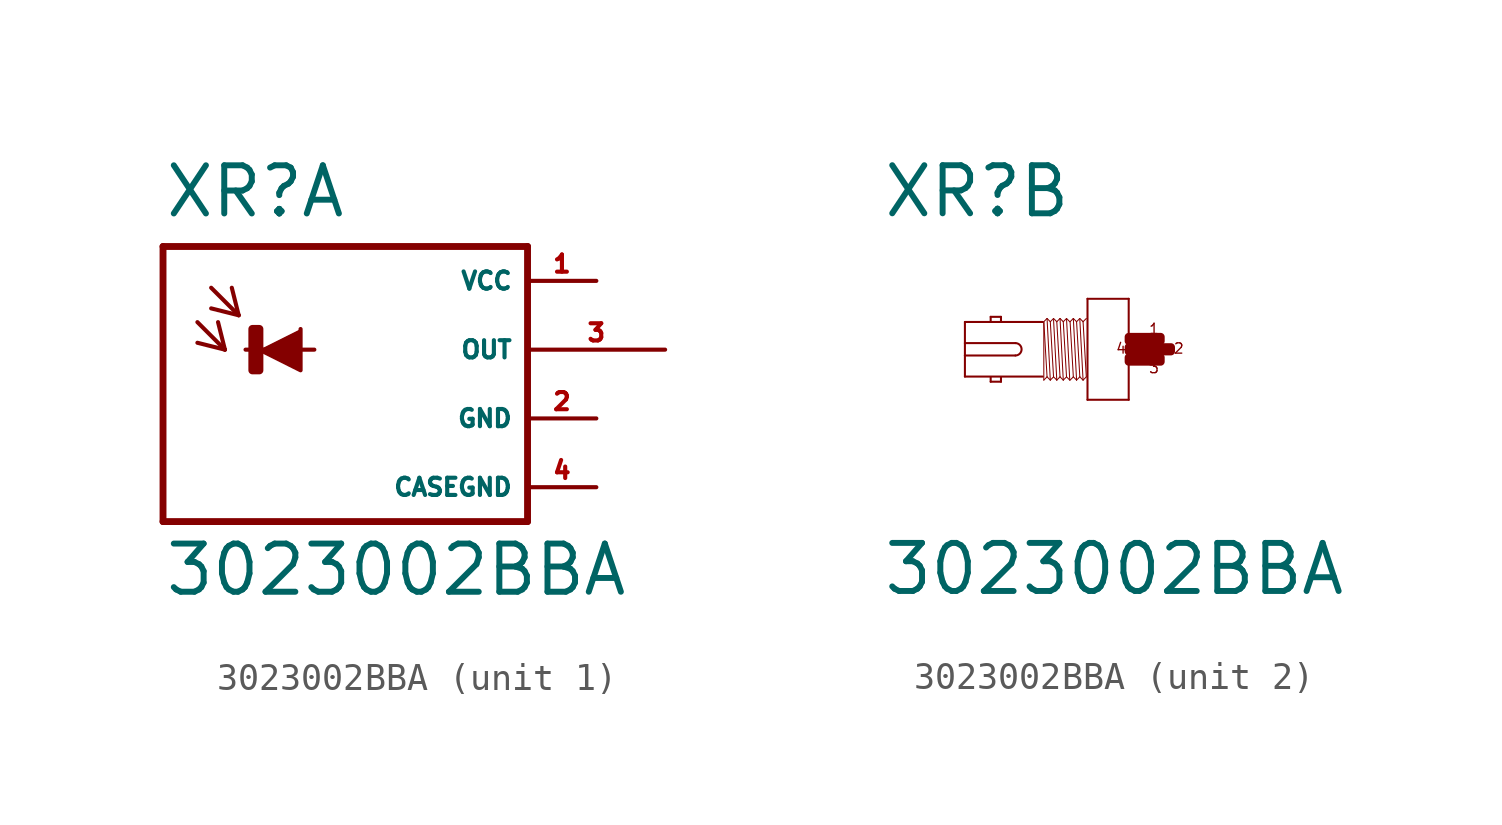
<source format=kicad_sym>
(kicad_symbol_lib
  (version 20220914)
  (generator Eagle2Kicad)
  (symbol "3023002BBA"
    (property "Reference" "XR"
      (at -8.382 4.801 0)
      (effects (font (size 1.778 1.778) (thickness 0.22)) (justify left bottom)))
    (property "Value" "3023002BBA"
      (at -8.382 -9.169 0)
      (effects (font (size 1.778 1.778) (thickness 0.22)) (justify left bottom)))
    (symbol "3023002BBA_1_0"
      (polyline (pts (xy -4.826 0) (xy -3.302 -0.762) (xy -3.302 0.762)) (stroke (width 0.152) (type default)) (fill (type outline)))
      (polyline (pts (xy -7.112 1.016) (xy -6.096 0)) (stroke (width 0.152) (type default)) (fill (type none)))
      (polyline (pts (xy -6.096 0) (xy -6.35 1.016)) (stroke (width 0.152) (type default)) (fill (type none)))
      (polyline (pts (xy -6.096 0) (xy -7.112 0.254)) (stroke (width 0.152) (type default)) (fill (type none)))
      (polyline (pts (xy -6.604 2.286) (xy -5.588 1.27)) (stroke (width 0.152) (type default)) (fill (type none)))
      (polyline (pts (xy -5.588 1.27) (xy -5.842 2.286)) (stroke (width 0.152) (type default)) (fill (type none)))
      (polyline (pts (xy -5.588 1.27) (xy -6.604 1.524)) (stroke (width 0.152) (type default)) (fill (type none)))
      (polyline (pts (xy 5.08 3.81) (xy 5.08 -6.35)) (stroke (width 0.254) (type default)) (fill (type none)))
      (polyline (pts (xy 5.08 -6.35) (xy -8.382 -6.35)) (stroke (width 0.254) (type default)) (fill (type none)))
      (polyline (pts (xy -8.382 -6.35) (xy -8.382 3.81)) (stroke (width 0.254) (type default)) (fill (type none)))
      (polyline (pts (xy -8.382 3.81) (xy 5.08 3.81)) (stroke (width 0.254) (type default)) (fill (type none)))
      (polyline (pts (xy -5.334 0) (xy -2.794 0)) (stroke (width 0.152) (type default)) (fill (type none)))
      (rectangle (start -5.08 -0.762) (end -4.826 0.762) (stroke (width 0.3) (type default)) (fill (type outline)))
      (pin unspecified line (at 7.62 2.54 180) (length 2.54) (name "VCC" (effects (font (size 0.635 0.635) (thickness 0.08)) (justify left bottom))) (number "1" (effects (font (size 0.635 0.635) (thickness 0.08)) (justify left bottom))))
      (pin unspecified line (at 7.62 -2.54 180) (length 2.54) (name "GND" (effects (font (size 0.635 0.635) (thickness 0.08)) (justify left bottom))) (number "2" (effects (font (size 0.635 0.635) (thickness 0.08)) (justify left bottom))))
      (pin output line (at 10.16 0 180) (length 5.08) (name "OUT" (effects (font (size 0.635 0.635) (thickness 0.08)) (justify left bottom))) (number "3" (effects (font (size 0.635 0.635) (thickness 0.08)) (justify left bottom))))
      (pin unspecified line (at 7.62 -5.08 180) (length 2.54) (name "CASEGND" (effects (font (size 0.635 0.635) (thickness 0.08)) (justify left bottom))) (number "4" (effects (font (size 0.635 0.635) (thickness 0.08)) (justify left bottom)))))
    (symbol "3023002BBA_2_0"
      (polyline (pts (xy 0.762 1.867) (xy 0.762 -1.867)) (stroke (width 0.076) (type default)) (fill (type none)))
      (polyline (pts (xy 0.762 -1.867) (xy -0.762 -1.867)) (stroke (width 0.076) (type default)) (fill (type none)))
      (polyline (pts (xy -0.762 -1.867) (xy -0.762 1.867)) (stroke (width 0.076) (type default)) (fill (type none)))
      (polyline (pts (xy -0.762 1.867) (xy 0.762 1.867)) (stroke (width 0.076) (type default)) (fill (type none)))
      (polyline (pts (xy -2.419 1.01) (xy -5.296 1.01)) (stroke (width 0.076) (type default)) (fill (type none)))
      (polyline (pts (xy -5.296 1.01) (xy -5.296 0.229)) (stroke (width 0.076) (type default)) (fill (type none)))
      (polyline (pts (xy -5.296 0.229) (xy -5.296 -0.229)) (stroke (width 0.076) (type default)) (fill (type none)))
      (polyline (pts (xy -5.296 -0.229) (xy -5.296 -1.01)) (stroke (width 0.076) (type default)) (fill (type none)))
      (polyline (pts (xy -5.296 -1.01) (xy -2.419 -1.01)) (stroke (width 0.076) (type default)) (fill (type none)))
      (polyline (pts (xy -3.962 -1.029) (xy -3.962 -1.2)) (stroke (width 0.076) (type default)) (fill (type none)))
      (polyline (pts (xy -3.962 -1.2) (xy -4.343 -1.2)) (stroke (width 0.076) (type default)) (fill (type none)))
      (polyline (pts (xy -4.343 -1.2) (xy -4.343 -1.029)) (stroke (width 0.076) (type default)) (fill (type none)))
      (polyline (pts (xy -4.343 1.029) (xy -4.343 1.2)) (stroke (width 0.076) (type default)) (fill (type none)))
      (polyline (pts (xy -4.343 1.2) (xy -3.962 1.2)) (stroke (width 0.076) (type default)) (fill (type none)))
      (polyline (pts (xy -3.962 1.2) (xy -3.962 1.029)) (stroke (width 0.076) (type default)) (fill (type none)))
      (polyline (pts (xy -2.258 1.14) (xy -2.138 -1.14)) (stroke (width 0.038) (type default)) (fill (type none)))
      (polyline (pts (xy -2.018 1.099) (xy -1.898 -1.14)) (stroke (width 0.038) (type default)) (fill (type none)))
      (polyline (pts (xy -1.898 1.02) (xy -1.778 -1.02)) (stroke (width 0.038) (type default)) (fill (type none)))
      (polyline (pts (xy -1.778 1.14) (xy -1.658 -1.14)) (stroke (width 0.038) (type default)) (fill (type none)))
      (polyline (pts (xy -1.538 1.14) (xy -1.418 -1.14)) (stroke (width 0.038) (type default)) (fill (type none)))
      (polyline (pts (xy -2.378 -1.14) (xy -2.378 0.999)) (stroke (width 0.038) (type default)) (fill (type none)))
      (polyline (pts (xy -2.378 -1.14) (xy -2.258 -1.02)) (stroke (width 0.038) (type default)) (fill (type none)))
      (polyline (pts (xy -2.258 -1.02) (xy -2.138 -1.14)) (stroke (width 0.038) (type default)) (fill (type none)))
      (polyline (pts (xy -2.138 -1.14) (xy -2.018 -1.02)) (stroke (width 0.038) (type default)) (fill (type none)))
      (polyline (pts (xy -2.018 -1.02) (xy -1.898 -1.14)) (stroke (width 0.038) (type default)) (fill (type none)))
      (polyline (pts (xy -1.898 -1.14) (xy -1.778 -1.02)) (stroke (width 0.038) (type default)) (fill (type none)))
      (polyline (pts (xy -1.778 -1.02) (xy -1.658 -1.14)) (stroke (width 0.038) (type default)) (fill (type none)))
      (polyline (pts (xy -1.658 -1.14) (xy -1.538 -1.02)) (stroke (width 0.038) (type default)) (fill (type none)))
      (polyline (pts (xy -1.538 -1.02) (xy -1.418 -1.14)) (stroke (width 0.038) (type default)) (fill (type none)))
      (polyline (pts (xy -2.378 1.02) (xy -2.258 1.14)) (stroke (width 0.038) (type default)) (fill (type none)))
      (polyline (pts (xy -2.258 1.14) (xy -2.138 1.02)) (stroke (width 0.038) (type default)) (fill (type none)))
      (polyline (pts (xy -2.138 1.02) (xy -2.018 1.14)) (stroke (width 0.038) (type default)) (fill (type none)))
      (polyline (pts (xy -2.018 1.14) (xy -1.898 1.02)) (stroke (width 0.038) (type default)) (fill (type none)))
      (polyline (pts (xy -1.898 1.02) (xy -1.778 1.14)) (stroke (width 0.038) (type default)) (fill (type none)))
      (polyline (pts (xy -1.778 1.14) (xy -1.658 1.02)) (stroke (width 0.038) (type default)) (fill (type none)))
      (polyline (pts (xy -1.658 1.02) (xy -1.538 1.14)) (stroke (width 0.038) (type default)) (fill (type none)))
      (polyline (pts (xy -1.538 1.14) (xy -1.418 1.02)) (stroke (width 0.038) (type default)) (fill (type none)))
      (polyline (pts (xy -2.138 1.02) (xy -2.018 -1.02)) (stroke (width 0.038) (type default)) (fill (type none)))
      (polyline (pts (xy -1.658 1.02) (xy -1.538 -1.02)) (stroke (width 0.038) (type default)) (fill (type none)))
      (polyline (pts (xy -2.378 1.02) (xy -2.258 -1.02)) (stroke (width 0.038) (type default)) (fill (type none)))
      (polyline (pts (xy -1.286 1.14) (xy -1.166 -1.14)) (stroke (width 0.038) (type default)) (fill (type none)))
      (polyline (pts (xy -1.046 1.099) (xy -0.926 -1.14)) (stroke (width 0.038) (type default)) (fill (type none)))
      (polyline (pts (xy -0.926 1.02) (xy -0.806 -1.02)) (stroke (width 0.038) (type default)) (fill (type none)))
      (polyline (pts (xy -1.406 -1.14) (xy -1.286 -1.02)) (stroke (width 0.038) (type default)) (fill (type none)))
      (polyline (pts (xy -1.286 -1.02) (xy -1.166 -1.14)) (stroke (width 0.038) (type default)) (fill (type none)))
      (polyline (pts (xy -1.166 -1.14) (xy -1.046 -1.02)) (stroke (width 0.038) (type default)) (fill (type none)))
      (polyline (pts (xy -1.046 -1.02) (xy -0.926 -1.14)) (stroke (width 0.038) (type default)) (fill (type none)))
      (polyline (pts (xy -0.926 -1.14) (xy -0.806 -1.02)) (stroke (width 0.038) (type default)) (fill (type none)))
      (polyline (pts (xy -1.406 1.02) (xy -1.286 1.14)) (stroke (width 0.038) (type default)) (fill (type none)))
      (polyline (pts (xy -1.286 1.14) (xy -1.166 1.02)) (stroke (width 0.038) (type default)) (fill (type none)))
      (polyline (pts (xy -1.166 1.02) (xy -1.046 1.14)) (stroke (width 0.038) (type default)) (fill (type none)))
      (polyline (pts (xy -1.046 1.14) (xy -0.926 1.02)) (stroke (width 0.038) (type default)) (fill (type none)))
      (polyline (pts (xy -0.926 1.02) (xy -0.806 1.14)) (stroke (width 0.038) (type default)) (fill (type none)))
      (polyline (pts (xy -1.166 1.02) (xy -1.046 -1.02)) (stroke (width 0.038) (type default)) (fill (type none)))
      (polyline (pts (xy -1.406 1.02) (xy -1.286 -1.02)) (stroke (width 0.038) (type default)) (fill (type none)))
      (polyline (pts (xy -5.296 -0.229) (xy -3.429 -0.229)) (stroke (width 0.076) (type default)) (fill (type none)))
      (polyline (pts (xy -3.429 0.229) (xy -5.296 0.229)) (stroke (width 0.076) (type default)) (fill (type none)))
      (arc (start -3.429 -0.2286) (mid -3.200 0.000) (end -3.429 0.2286) (stroke (width 0.0762) (type default)) (fill (type none)))
      (text "1" (at 1.486 0.533 0) (effects (font (size 0.381 0.381) (thickness 0.05)) (justify left bottom)))
      (text "2" (at 2.4 -0.191 0) (effects (font (size 0.381 0.381) (thickness 0.05)) (justify left bottom)))
      (text "3" (at 1.486 -0.914 0) (effects (font (size 0.381 0.381) (thickness 0.05)) (justify left bottom)))
      (text "4" (at 0.267 -0.191 0) (effects (font (size 0.381 0.381) (thickness 0.05)) (justify left bottom)))
      (rectangle (start 1.524 -0.076) (end 2.324 0.076) (stroke (width 0.3) (type default)) (fill (type outline)))
      (rectangle (start 0.762 -0.076) (end 1.257 0.076) (stroke (width 0.3) (type default)) (fill (type outline)))
      (rectangle (start 0.762 0.305) (end 1.638 0.457) (stroke (width 0.3) (type default)) (fill (type outline)))
      (rectangle (start 0.762 -0.457) (end 1.638 -0.305) (stroke (width 0.3) (type default)) (fill (type outline)))
      (rectangle (start 1.6 -0.457) (end 1.943 -0.305) (stroke (width 0.3) (type default)) (fill (type outline)))
      (rectangle (start 1.219 -0.076) (end 1.562 0.076) (stroke (width 0.3) (type default)) (fill (type outline)))
      (rectangle (start 1.6 0.305) (end 1.943 0.457) (stroke (width 0.3) (type default)) (fill (type outline))))))
</source>
